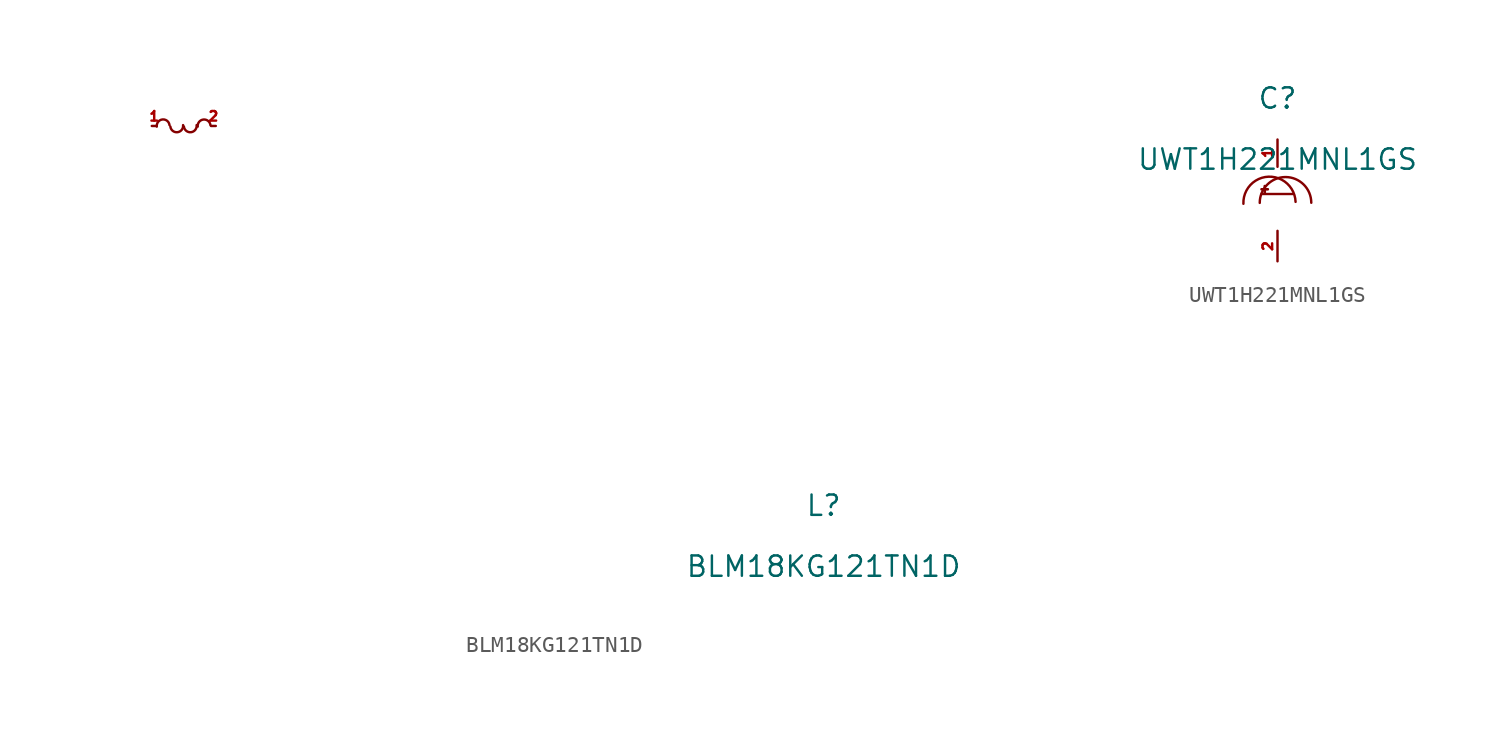
<source format=kicad_sym>
(kicad_symbol_lib
  (version 20210201)
  (generator TousstNicolas/JLC2KiCad_lib)
  (symbol "BLM18KG121TN1D"
    (pin_names hide)
    (property "Reference" "L"
      (at 0 1.27 0)
      (effects (font (size 1.27 1.27))))
    (property "Value" "BLM18KG121TN1D"
      (at 0 -2.54 0)
      (effects (font (size 1.27 1.27))))
    (symbol "BLM18KG121TN1D_0_0"
      (pin unspecified line (at -38.0 25.0 180) (length 0.3) (name "2" (effects (font (size 0.6 0.6)))) (number "2" (effects (font (size 0.6 0.6)))))
      (pin unspecified line (at -42.0 25.0 0) (length 0.3) (name "1" (effects (font (size 0.6 0.6)))) (number "1" (effects (font (size 0.6 0.6)))))
      (arc (start -40.89268834437366 25.05279729143823) (mid -41.2437027125826 24.609188321646982) (end -41.68731167714333 24.96020269646621) (stroke (width 0) (type default) (color 0 0 0 0)) (fill (type none)))
      (arc (start -40.044701409737385 25.05340927770132) (mid -40.39559072552112 24.60970138708143) (end -40.83929861161286 24.96059070859112) (stroke (width 0) (type default) (color 0 0 0 0)) (fill (type none)))
      (arc (start -39.197701409737384 25.05340927770132) (mid -39.548590725521116 24.60970138708143) (end -39.99229861161286 24.96059070859112) (stroke (width 0) (type default) (color 0 0 0 0)) (fill (type none)))
      (arc (start -38.33418836475422 25.052797425765142) (mid -38.68520257938378 24.609188332715917) (end -39.12881166551367 24.960202556090067) (stroke (width 0) (type default) (color 0 0 0 0)) (fill (type none)))))
  (symbol "UWT1H221MNL1GS"
    (pin_names hide)
    (property "Reference" "C"
      (at 0 1.27 0)
      (effects (font (size 1.27 1.27))))
    (property "Value" "UWT1H221MNL1GS"
      (at 0 -2.54 0)
      (effects (font (size 1.27 1.27))))
    (symbol "UWT1H221MNL1GS_0_0"
      (pin unspecified line (at 0.0 -3.0 90) (length 1.7) (name "1" (effects (font (size 0.6 0.6)))) (number "1" (effects (font (size 0.6 0.6)))))
      (pin unspecified line (at 0.0 -7.0 270) (length 1.9) (name "2" (effects (font (size 0.6 0.6)))) (number "2" (effects (font (size 0.6 0.6)))))
      (polyline (pts (xy -1.0 -4.7) (xy 1.0 -4.7)) (stroke (width 0) (type default) (color 0 0 0 0)) (fill (type none)))
      (arc (start 2.108354466615971 -5.245781076386255) (mid 0.49578107638625823 -3.6416455333840325) (end -1.108354466615964 -5.254218923613749) (stroke (width 0) (type default) (color 0 0 0 0)) (fill (type none)))
      (arc (start 1.128073094790139 -5.190226369355187) (mid -0.5597736306448127 -3.6219269052098646) (end -2.128073094790132 -5.309773630644813) (stroke (width 0) (type default) (color 0 0 0 0)) (fill (type none)))
      (rectangle (start -1.0 -4.4) (end -0.6 -4.41) (stroke (width 0) (type default) (color 0 0 0 0)) (fill (type background)))
      (rectangle (start -0.8 -4.2) (end -0.79 -4.6) (stroke (width 0) (type default) (color 0 0 0 0)) (fill (type background))))))
</source>
